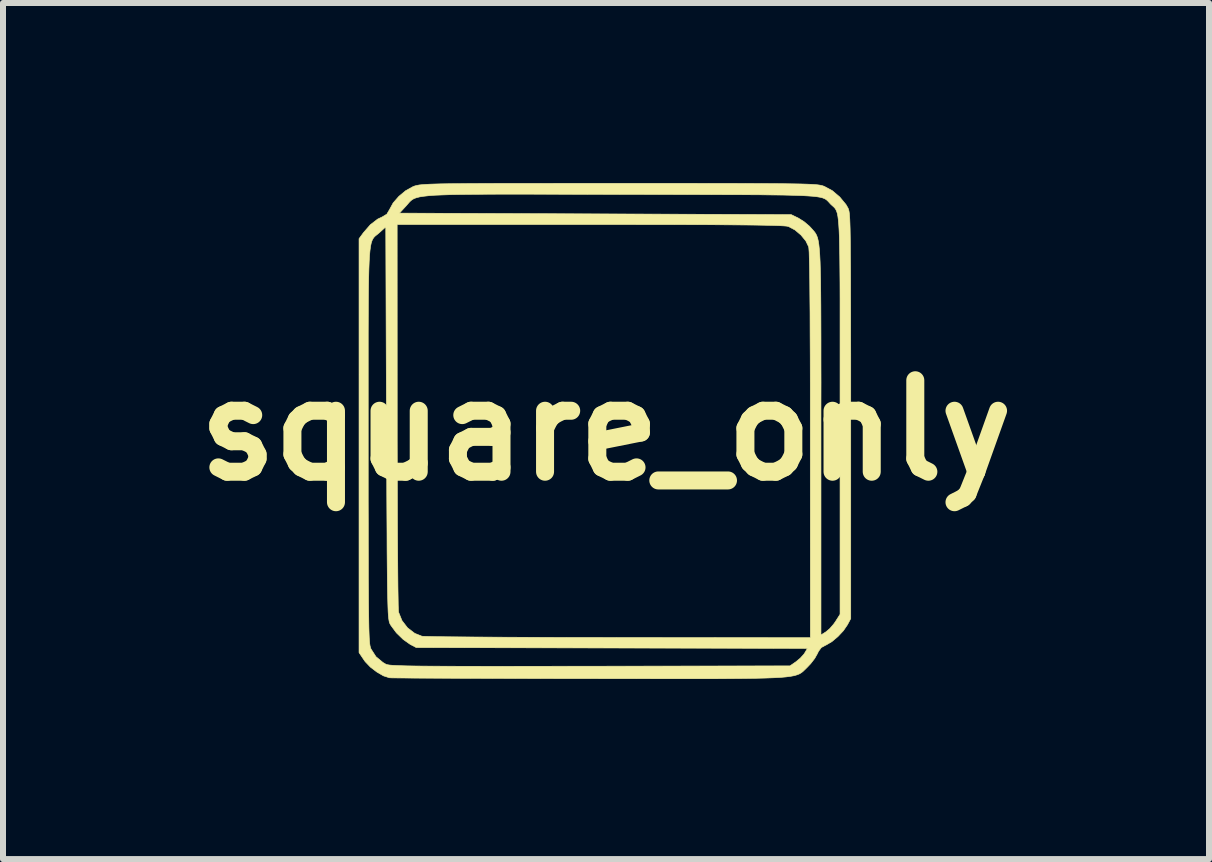
<source format=kicad_pcb>
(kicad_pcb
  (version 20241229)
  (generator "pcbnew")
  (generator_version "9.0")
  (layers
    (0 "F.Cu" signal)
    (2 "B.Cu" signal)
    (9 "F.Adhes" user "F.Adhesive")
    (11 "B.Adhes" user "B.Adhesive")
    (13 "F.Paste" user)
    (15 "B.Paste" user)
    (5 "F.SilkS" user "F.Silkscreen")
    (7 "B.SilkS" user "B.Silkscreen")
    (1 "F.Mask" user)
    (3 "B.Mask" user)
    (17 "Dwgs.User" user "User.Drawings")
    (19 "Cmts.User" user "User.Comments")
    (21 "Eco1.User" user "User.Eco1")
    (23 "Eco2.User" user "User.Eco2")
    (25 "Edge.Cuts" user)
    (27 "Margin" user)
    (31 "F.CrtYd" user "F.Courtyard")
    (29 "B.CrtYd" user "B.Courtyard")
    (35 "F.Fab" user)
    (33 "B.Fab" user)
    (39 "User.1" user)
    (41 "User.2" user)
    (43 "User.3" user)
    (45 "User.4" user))
  (footprint "square_only"
    (layer "F.Cu")
    (at 7.047 4.12)
    (property "Reference" "square_only" (at 0 0 0) (layer "F.SilkS") (effects (font (size 1.524 1.524) (thickness 0.3))))
    (attr through_hole)
    (fp_poly (pts (xy 0.692 -4.115) (xy 1.12 -4.115) (xy 1.502 -4.115) (xy 1.841 -4.114) (xy 2.141 -4.114) (xy 2.403 -4.113) (xy 2.631 -4.112) (xy 2.826 -4.111) (xy 2.992 -4.109) (xy 3.132 -4.107) (xy 3.247 -4.105) (xy 3.342 -4.102) (xy 3.418 -4.099) (xy 3.477 -4.095) (xy 3.524 -4.091) (xy 3.56 -4.086) (xy 3.589 -4.08) (xy 3.612 -4.074) (xy 3.633 -4.066) (xy 3.638 -4.064) (xy 3.769 -3.994) (xy 3.894 -3.888) (xy 3.998 -3.762) (xy 4.029 -3.708) (xy 4.036 -3.694) (xy 4.042 -3.676) (xy 4.048 -3.653) (xy 4.053 -3.62) (xy 4.057 -3.576) (xy 4.061 -3.519) (xy 4.064 -3.445) (xy 4.067 -3.351) (xy 4.069 -3.236) (xy 4.071 -3.097) (xy 4.072 -2.931) (xy 4.074 -2.735) (xy 4.075 -2.507) (xy 4.075 -2.244) (xy 4.076 -1.944) (xy 4.076 -1.604) (xy 4.077 -1.222) (xy 4.077 -0.794) (xy 4.077 -0.318) (xy 4.077 -0.241) (xy 4.077 3.137) (xy 4.022 3.24) (xy 3.955 3.338) (xy 3.863 3.436) (xy 3.763 3.52) (xy 3.668 3.576) (xy 3.654 3.582) (xy 3.587 3.619) (xy 3.54 3.682) (xy 3.521 3.722) (xy 3.477 3.8) (xy 3.41 3.887) (xy 3.354 3.946) (xy 3.326 3.974) (xy 3.301 3.998) (xy 3.277 4.021) (xy 3.251 4.04) (xy 3.221 4.058) (xy 3.183 4.073) (xy 3.136 4.087) (xy 3.076 4.098) (xy 3.001 4.108) (xy 2.909 4.116) (xy 2.796 4.122) (xy 2.66 4.127) (xy 2.499 4.131) (xy 2.309 4.134) (xy 2.089 4.136) (xy 1.835 4.138) (xy 1.544 4.138) (xy 1.215 4.138) (xy 0.845 4.138) (xy 0.43 4.137) (xy -0.032 4.137) (xy -0.29 4.136) (xy -0.694 4.136) (xy -1.084 4.135) (xy -1.458 4.134) (xy -1.812 4.133) (xy -2.143 4.132) (xy -2.449 4.131) (xy -2.726 4.13) (xy -2.971 4.129) (xy -3.181 4.128) (xy -3.353 4.126) (xy -3.483 4.125) (xy -3.57 4.124) (xy -3.609 4.122) (xy -3.61 4.122) (xy -3.709 4.09) (xy -3.819 4.026) (xy -3.926 3.944) (xy -4.013 3.853) (xy -4.032 3.826) (xy -4.115 3.703) (xy -4.115 -1.294) (xy -3.962 -1.294) (xy -3.962 -0.934) (xy -3.962 -0.53) (xy -3.962 -0.08) (xy -3.962 0.258) (xy -3.962 0.734) (xy -3.962 1.162) (xy -3.961 1.545) (xy -3.961 1.885) (xy -3.96 2.184) (xy -3.96 2.447) (xy -3.958 2.674) (xy -3.957 2.869) (xy -3.955 3.034) (xy -3.953 3.173) (xy -3.951 3.287) (xy -3.948 3.38) (xy -3.945 3.454) (xy -3.941 3.512) (xy -3.937 3.556) (xy -3.932 3.588) (xy -3.926 3.613) (xy -3.92 3.632) (xy -3.914 3.645) (xy -3.833 3.771) (xy -3.716 3.868) (xy -3.67 3.895) (xy -3.656 3.901) (xy -3.633 3.906) (xy -3.601 3.911) (xy -3.555 3.915) (xy -3.494 3.918) (xy -3.415 3.921) (xy -3.316 3.924) (xy -3.193 3.926) (xy -3.045 3.928) (xy -2.868 3.929) (xy -2.66 3.93) (xy -2.419 3.931) (xy -2.142 3.931) (xy -1.826 3.932) (xy -1.469 3.931) (xy -1.068 3.931) (xy -0.621 3.93) (xy -0.265 3.93) (xy 3.065 3.924) (xy 3.165 3.855) (xy 3.237 3.795) (xy 3.296 3.73) (xy 3.31 3.709) (xy 3.355 3.633) (xy -3.162 3.619) (xy -3.264 3.565) (xy -3.38 3.483) (xy -3.493 3.373) (xy -3.582 3.253) (xy -3.598 3.226) (xy -3.605 3.211) (xy -3.611 3.193) (xy -3.616 3.168) (xy -3.621 3.134) (xy -3.626 3.089) (xy -3.63 3.029) (xy -3.633 2.952) (xy -3.636 2.856) (xy -3.639 2.737) (xy -3.642 2.593) (xy -3.644 2.422) (xy -3.646 2.22) (xy -3.648 1.986) (xy -3.649 1.716) (xy -3.651 1.407) (xy -3.653 1.058) (xy -3.654 0.665) (xy -3.656 0.226) (xy -3.658 -0.126) (xy -3.67 -3.39) (xy -3.776 -3.294) (xy -3.802 -3.272) (xy -3.826 -3.253) (xy -3.848 -3.235) (xy -3.867 -3.215) (xy -3.884 -3.191) (xy -3.899 -3.16) (xy -3.912 -3.12) (xy -3.923 -3.067) (xy -3.932 -3) (xy -3.94 -2.915) (xy -3.946 -2.81) (xy -3.951 -2.683) (xy -3.955 -2.53) (xy -3.958 -2.349) (xy -3.96 -2.138) (xy -3.961 -1.893) (xy -3.962 -1.613) (xy -3.962 -1.294) (xy -4.115 -1.294) (xy -4.115 -3.193) (xy -4.042 -3.293) (xy -3.929 -3.423) (xy -3.922 -3.429) (xy -3.48 -3.429) (xy -3.479 -0.248) (xy -3.479 0.152) (xy -3.478 0.539) (xy -3.477 0.909) (xy -3.476 1.26) (xy -3.475 1.589) (xy -3.473 1.892) (xy -3.471 2.166) (xy -3.469 2.409) (xy -3.467 2.616) (xy -3.464 2.785) (xy -3.462 2.913) (xy -3.459 2.996) (xy -3.456 3.03) (xy -3.4 3.169) (xy -3.307 3.29) (xy -3.187 3.382) (xy -3.067 3.43) (xy -3.032 3.432) (xy -2.949 3.434) (xy -2.821 3.437) (xy -2.652 3.439) (xy -2.445 3.441) (xy -2.203 3.443) (xy -1.928 3.445) (xy -1.625 3.447) (xy -1.297 3.448) (xy -0.945 3.45) (xy -0.574 3.451) (xy -0.187 3.451) (xy 0.21 3.452) (xy 3.404 3.454) (xy 3.403 0.248) (xy 3.403 -0.291) (xy 3.403 -0.779) (xy 3.402 -1.218) (xy 3.4 -1.608) (xy 3.399 -1.95) (xy 3.396 -2.245) (xy 3.394 -2.493) (xy 3.391 -2.696) (xy 3.387 -2.853) (xy 3.384 -2.966) (xy 3.379 -3.034) (xy 3.376 -3.057) (xy 3.329 -3.155) (xy 3.248 -3.254) (xy 3.149 -3.338) (xy 3.046 -3.393) (xy 3.032 -3.398) (xy 3.005 -3.403) (xy 2.954 -3.407) (xy 2.879 -3.411) (xy 2.777 -3.414) (xy 2.646 -3.417) (xy 2.483 -3.42) (xy 2.287 -3.422) (xy 2.056 -3.424) (xy 1.786 -3.426) (xy 1.477 -3.427) (xy 1.127 -3.428) (xy 0.732 -3.428) (xy 0.29 -3.429) (xy -0.199 -3.429) (xy -0.276 -3.429) (xy -3.48 -3.429) (xy -3.922 -3.429) (xy -3.806 -3.519) (xy -3.725 -3.558) (xy -3.651 -3.603) (xy -3.642 -3.619) (xy -3.442 -3.619) (xy 3.086 -3.594) (xy 3.207 -3.535) (xy 3.299 -3.477) (xy 3.388 -3.402) (xy 3.415 -3.373) (xy 3.439 -3.346) (xy 3.46 -3.322) (xy 3.479 -3.299) (xy 3.496 -3.273) (xy 3.511 -3.243) (xy 3.525 -3.204) (xy 3.536 -3.156) (xy 3.546 -3.094) (xy 3.554 -3.017) (xy 3.561 -2.922) (xy 3.567 -2.805) (xy 3.571 -2.665) (xy 3.575 -2.499) (xy 3.577 -2.303) (xy 3.579 -2.076) (xy 3.58 -1.815) (xy 3.581 -1.516) (xy 3.581 -1.178) (xy 3.582 -0.798) (xy 3.581 -0.372) (xy 3.581 0.101) (xy 3.581 0.185) (xy 3.581 3.409) (xy 3.664 3.357) (xy 3.726 3.305) (xy 3.791 3.23) (xy 3.823 3.185) (xy 3.899 3.065) (xy 3.899 -0.239) (xy 3.899 -0.722) (xy 3.899 -1.156) (xy 3.899 -1.545) (xy 3.899 -1.891) (xy 3.899 -2.197) (xy 3.898 -2.465) (xy 3.896 -2.698) (xy 3.894 -2.899) (xy 3.891 -3.07) (xy 3.888 -3.214) (xy 3.883 -3.333) (xy 3.877 -3.43) (xy 3.87 -3.508) (xy 3.862 -3.57) (xy 3.852 -3.618) (xy 3.84 -3.654) (xy 3.827 -3.681) (xy 3.812 -3.703) (xy 3.796 -3.72) (xy 3.777 -3.737) (xy 3.756 -3.756) (xy 3.743 -3.768) (xy 3.722 -3.791) (xy 3.704 -3.811) (xy 3.686 -3.829) (xy 3.667 -3.845) (xy 3.643 -3.859) (xy 3.611 -3.872) (xy 3.569 -3.883) (xy 3.515 -3.892) (xy 3.445 -3.9) (xy 3.357 -3.906) (xy 3.248 -3.912) (xy 3.116 -3.916) (xy 2.957 -3.92) (xy 2.771 -3.922) (xy 2.552 -3.925) (xy 2.3 -3.926) (xy 2.011 -3.927) (xy 1.683 -3.928) (xy 1.313 -3.929) (xy 0.898 -3.93) (xy 0.436 -3.931) (xy 0.281 -3.931) (xy -0.205 -3.932) (xy -0.644 -3.933) (xy -1.036 -3.934) (xy -1.386 -3.935) (xy -1.696 -3.935) (xy -1.968 -3.934) (xy -2.205 -3.932) (xy -2.409 -3.93) (xy -2.584 -3.927) (xy -2.731 -3.922) (xy -2.855 -3.917) (xy -2.956 -3.909) (xy -3.038 -3.9) (xy -3.103 -3.89) (xy -3.155 -3.877) (xy -3.195 -3.863) (xy -3.226 -3.846) (xy -3.251 -3.827) (xy -3.273 -3.806) (xy -3.294 -3.782) (xy -3.317 -3.755) (xy -3.33 -3.74) (xy -3.442 -3.619) (xy -3.642 -3.619) (xy -3.607 -3.679) (xy -3.547 -3.789) (xy -3.452 -3.898) (xy -3.338 -3.993) (xy -3.219 -4.059) (xy -3.209 -4.063) (xy -3.189 -4.071) (xy -3.167 -4.077) (xy -3.141 -4.083) (xy -3.108 -4.089) (xy -3.066 -4.093) (xy -3.012 -4.097) (xy -2.943 -4.101) (xy -2.857 -4.104) (xy -2.751 -4.107) (xy -2.622 -4.109) (xy -2.468 -4.11) (xy -2.285 -4.112) (xy -2.072 -4.113) (xy -1.825 -4.114) (xy -1.542 -4.114) (xy -1.22 -4.114) (xy -0.856 -4.115) (xy -0.448 -4.115) (xy 0.007 -4.115) (xy 0.216 -4.115) (xy 0.692 -4.115)) (stroke (width 0.01) (type solid)) (fill yes) (layer "F.SilkS")))
  (gr_rect
    (start -3 -3)
    (end 17.093 11.263)
    (stroke (width 0.1) (type default))
    (fill no)
    (layer "Edge.Cuts")))
</source>
